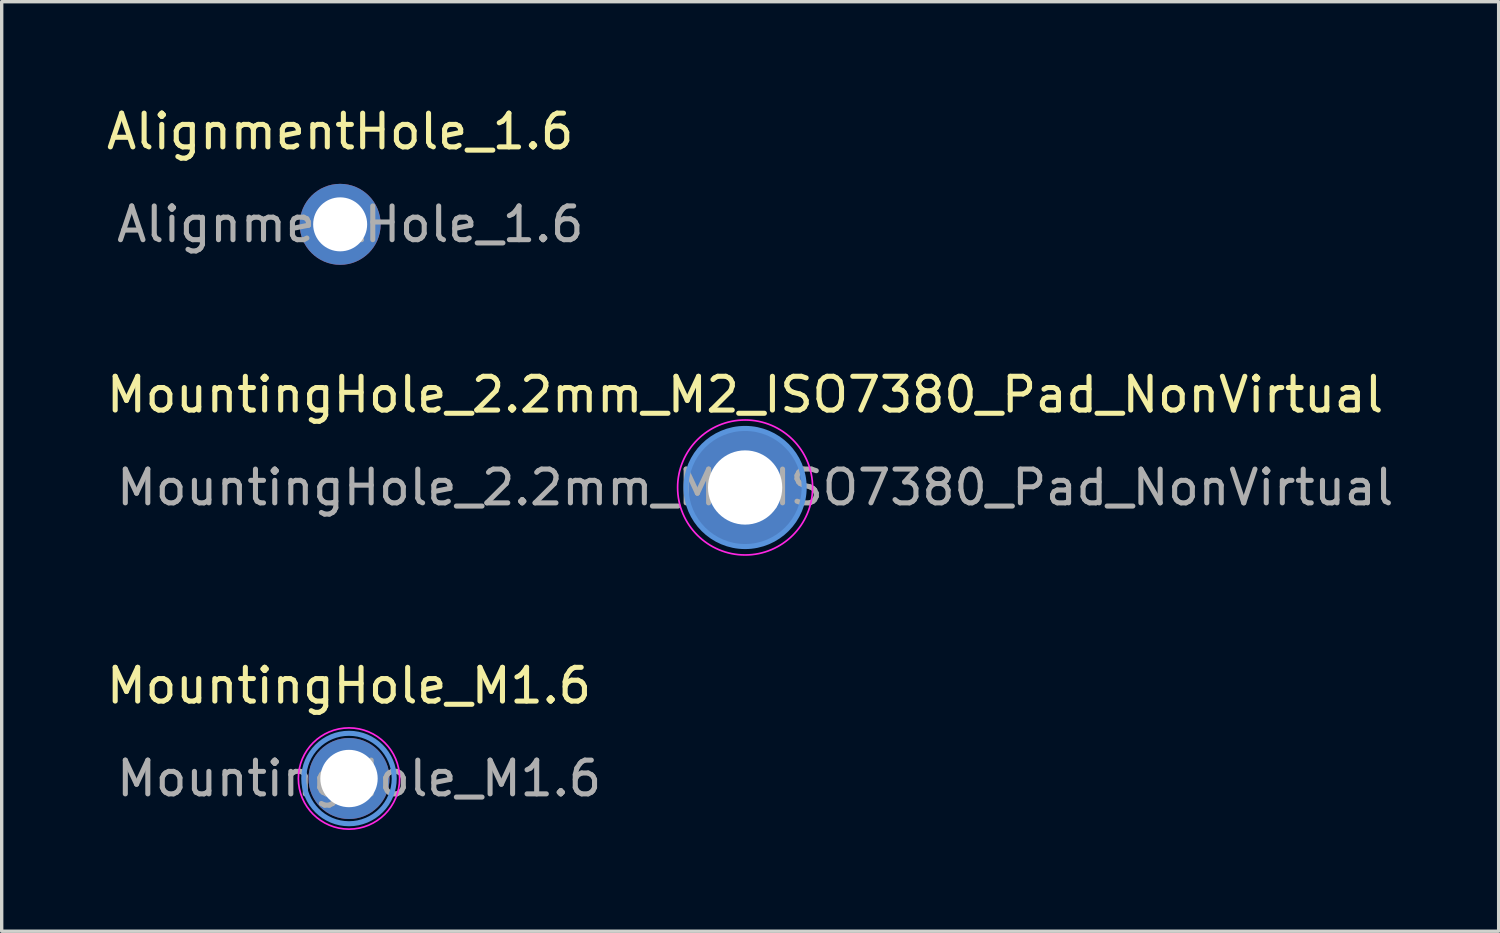
<source format=kicad_pcb>
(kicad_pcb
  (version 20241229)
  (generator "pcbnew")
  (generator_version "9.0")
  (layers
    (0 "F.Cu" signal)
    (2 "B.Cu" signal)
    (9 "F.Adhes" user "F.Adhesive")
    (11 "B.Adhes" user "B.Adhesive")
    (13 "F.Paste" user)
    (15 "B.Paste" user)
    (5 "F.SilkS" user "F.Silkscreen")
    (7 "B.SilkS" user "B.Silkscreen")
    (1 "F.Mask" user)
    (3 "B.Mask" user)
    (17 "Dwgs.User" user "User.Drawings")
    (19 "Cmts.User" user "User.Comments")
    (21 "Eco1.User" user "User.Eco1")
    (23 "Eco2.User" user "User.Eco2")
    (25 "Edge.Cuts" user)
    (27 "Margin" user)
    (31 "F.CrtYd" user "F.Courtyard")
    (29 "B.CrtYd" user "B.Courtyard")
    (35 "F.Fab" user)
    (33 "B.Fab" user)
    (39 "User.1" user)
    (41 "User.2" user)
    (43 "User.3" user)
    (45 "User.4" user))
  (footprint "AlignmentHole_1.6"
    (layer "F.Cu")
    (at 7.03 3.598)
    (property "Reference" "AlignmentHole_1.6" (at 0 -2.75 0) (layer "F.SilkS") (effects (font (size 1 1) (thickness 0.15))))
    (attr exclude_from_pos_files exclude_from_bom)
    (fp_text user "${REFERENCE}" (at 0.3 0 0) (layer "F.Fab") (effects (font (size 1 1) (thickness 0.15))))
    (pad "1" thru_hole circle (at 0 0) (size 2.4 2.4) (drill 1.6) (layers "*.Cu" "*.Mask")))
  (footprint "MountingHole_2.2mm_M2_ISO7380_Pad_NonVirtual"
    (layer "F.Cu")
    (at 19.03 11.396)
    (property "Reference" "MountingHole_2.2mm_M2_ISO7380_Pad_NonVirtual" (at 0 -2.75 0) (layer "F.SilkS") (effects (font (size 1 1) (thickness 0.15))))
    (attr through_hole)
    (fp_circle (center 0 0) (end 1.75 0) (stroke (width 0.15) (type solid)) (fill no) (layer "Cmts.User"))
    (fp_circle (center 0 0) (end 2 0) (stroke (width 0.05) (type solid)) (fill no) (layer "F.CrtYd"))
    (fp_text user "${REFERENCE}" (at 0.3 0 0) (layer "F.Fab") (effects (font (size 1 1) (thickness 0.15))))
    (pad "1" thru_hole circle (at 0 0) (size 3.5 3.5) (drill 2.2) (layers "*.Cu" "*.Mask")))
  (footprint "MountingHole_M1.6"
    (layer "F.Cu")
    (at 7.292 20.02)
    (property "Reference" "MountingHole_M1.6" (at 0 -2.75 0) (layer "F.SilkS") (effects (font (size 1 1) (thickness 0.15))))
    (attr exclude_from_pos_files exclude_from_bom)
    (fp_circle (center 0 0) (end 1.34 0) (stroke (width 0.15) (type solid)) (fill no) (layer "Cmts.User"))
    (fp_circle (center 0 0) (end 1.5 0) (stroke (width 0.05) (type solid)) (fill no) (layer "F.CrtYd"))
    (fp_text user "${REFERENCE}" (at 0.3 0 0) (layer "F.Fab") (effects (font (size 1 1) (thickness 0.15))))
    (pad "1" thru_hole circle (at 0 0) (size 2.4 2.4) (drill 1.7) (layers "*.Cu" "*.Mask")))
  (gr_rect
    (start -3 -3)
    (end 41.36 24.545)
    (stroke (width 0.1) (type default))
    (fill no)
    (layer "Edge.Cuts")))
</source>
